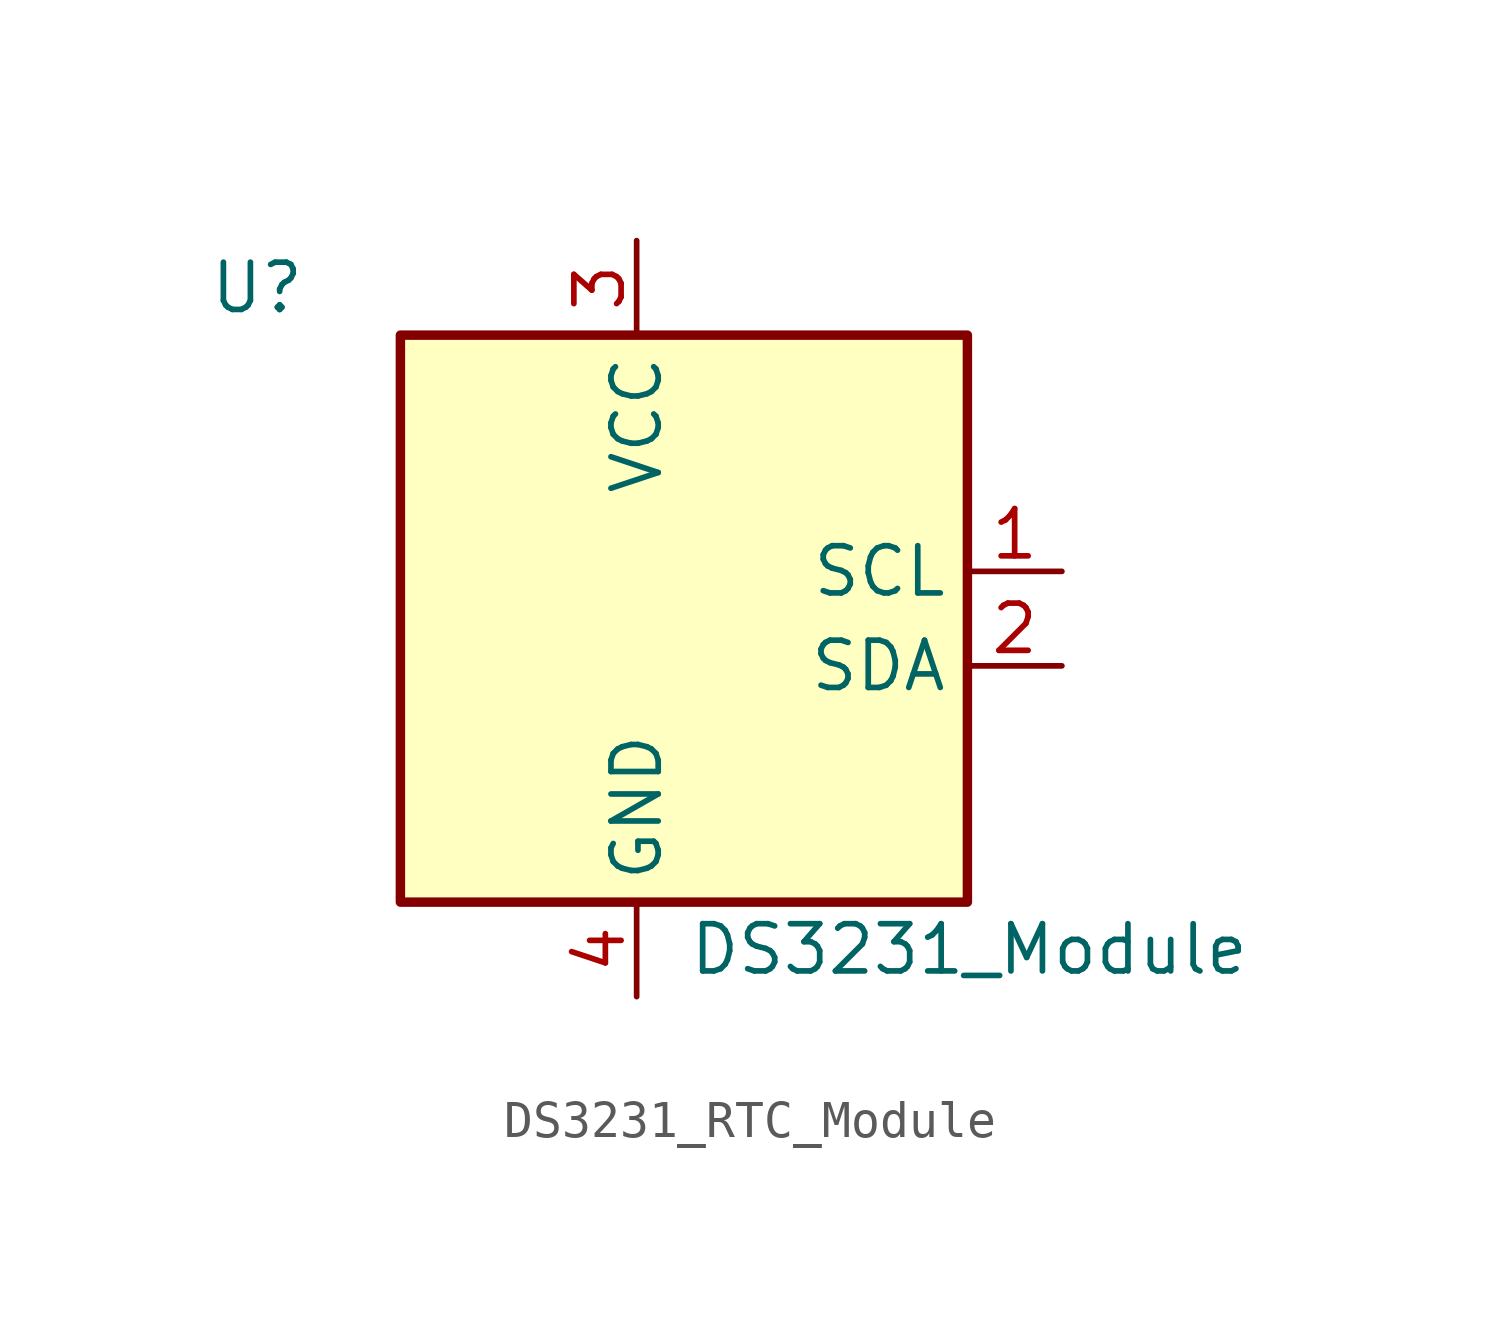
<source format=kicad_sym>
(kicad_symbol_lib
  (version 20220914)
  (generator kicad_symbol_editor)
  (symbol "DS3231_RTC_Module"
    (property "Reference" "U"
      (at -7.62 8.89 0)
      (effects (font (size 1.27 1.27)) (justify right)))
    (property "Value" "DS3231_Module"
      (at 17.78 -8.89 0)
      (effects (font (size 1.27 1.27)) (justify right)))
    (symbol "DS3231_RTC_Module_0_1"
      (rectangle (start -5.08 7.62) (end 10.16 -7.62) (stroke (width 0.254) (type default)) (fill (type background))))
    (symbol "DS3231_RTC_Module_1_1"
      (pin input line (at 12.7 1.27 180) (length 2.54) (name "SCL" (effects (font (size 1.27 1.27)))) (number "1" (effects (font (size 1.27 1.27)))))
      (pin bidirectional line (at 12.7 -1.27 180) (length 2.54) (name "SDA" (effects (font (size 1.27 1.27)))) (number "2" (effects (font (size 1.27 1.27)))))
      (pin power_in line (at 1.27 10.16 270) (length 2.54) (name "VCC" (effects (font (size 1.27 1.27)))) (number "3" (effects (font (size 1.27 1.27)))))
      (pin power_in line (at 1.27 -10.16 90) (length 2.54) (name "GND" (effects (font (size 1.27 1.27)))) (number "4" (effects (font (size 1.27 1.27))))))))
</source>
